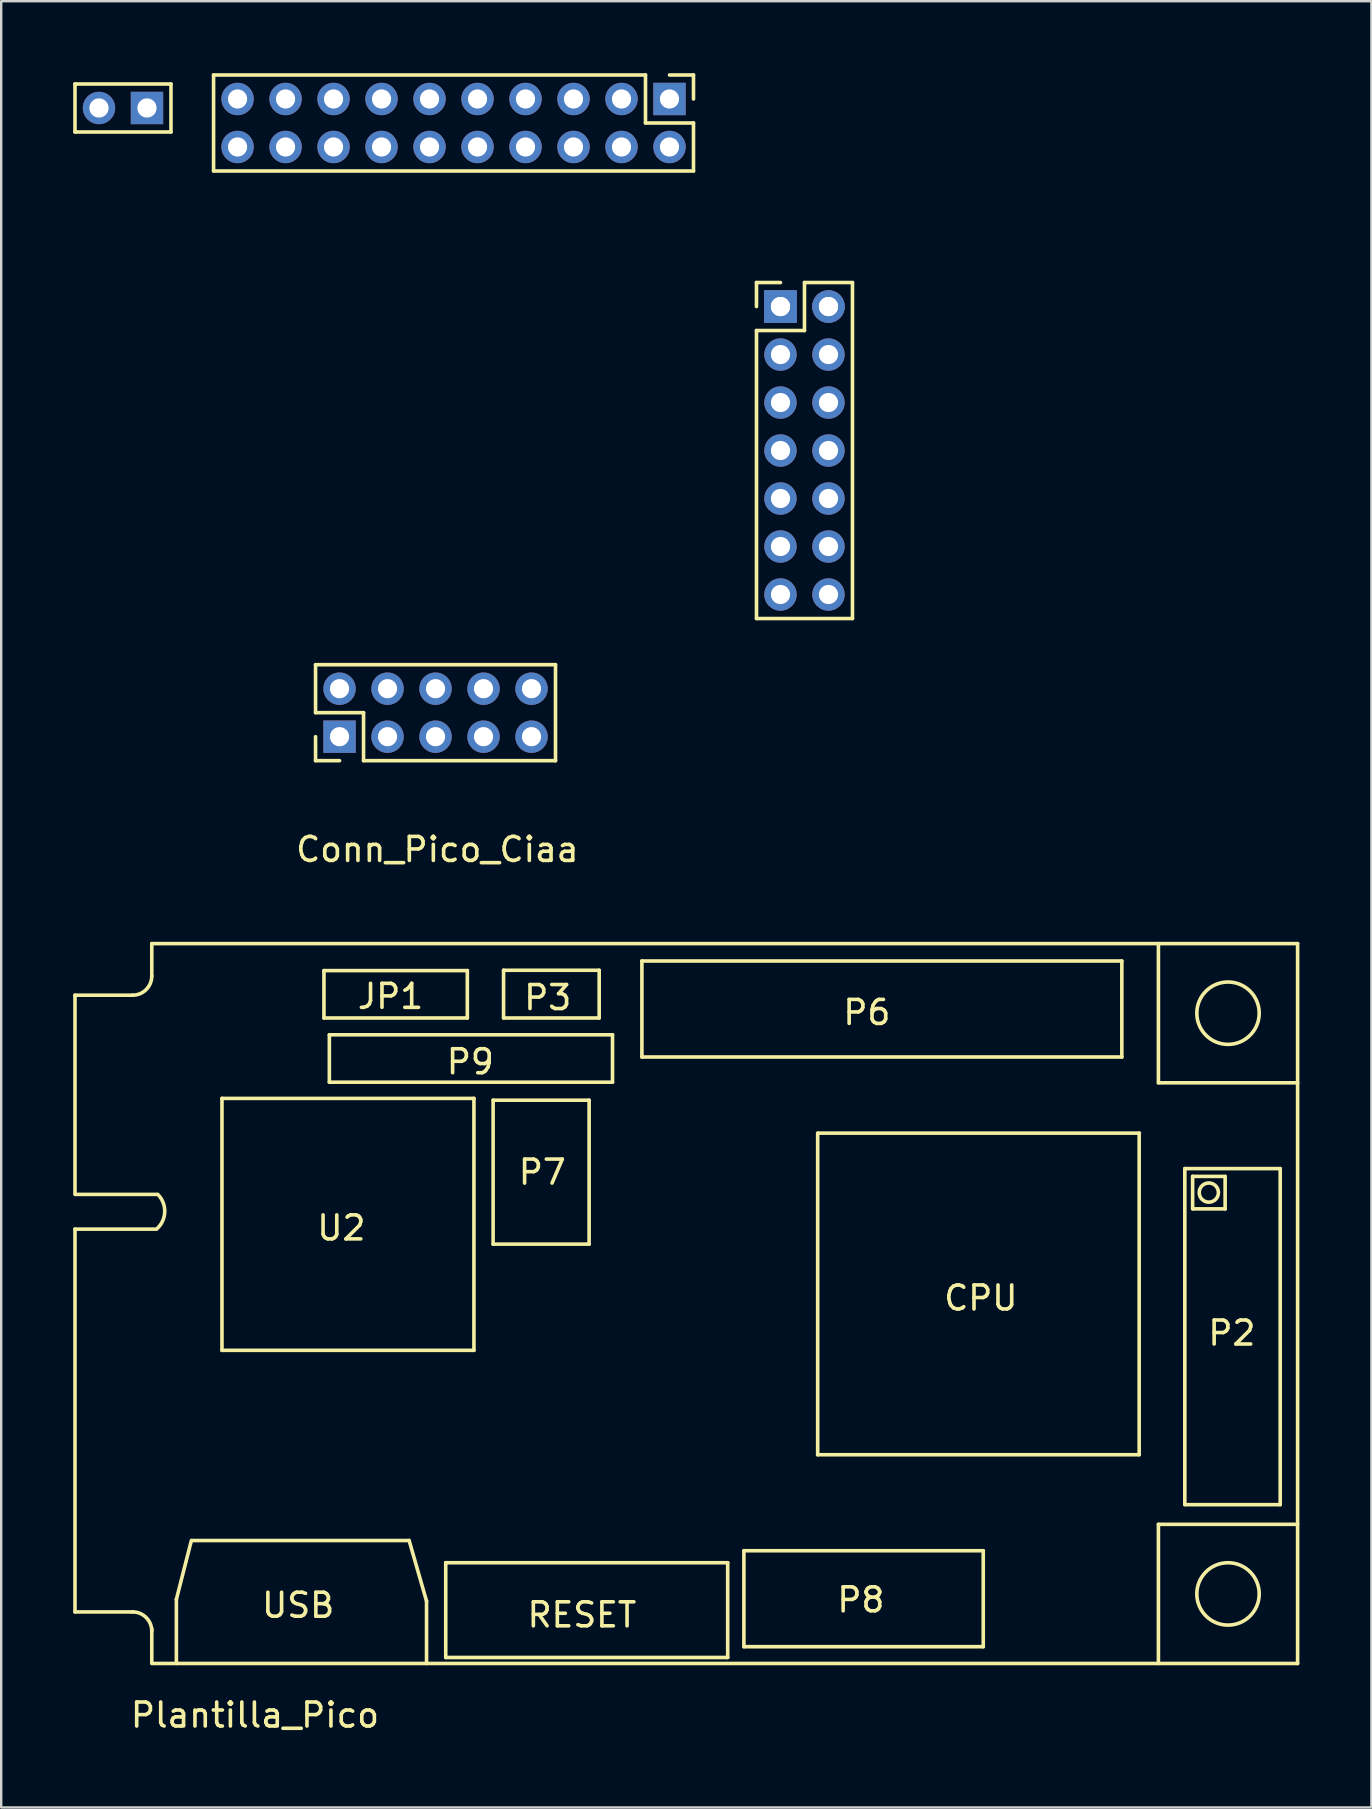
<source format=kicad_pcb>
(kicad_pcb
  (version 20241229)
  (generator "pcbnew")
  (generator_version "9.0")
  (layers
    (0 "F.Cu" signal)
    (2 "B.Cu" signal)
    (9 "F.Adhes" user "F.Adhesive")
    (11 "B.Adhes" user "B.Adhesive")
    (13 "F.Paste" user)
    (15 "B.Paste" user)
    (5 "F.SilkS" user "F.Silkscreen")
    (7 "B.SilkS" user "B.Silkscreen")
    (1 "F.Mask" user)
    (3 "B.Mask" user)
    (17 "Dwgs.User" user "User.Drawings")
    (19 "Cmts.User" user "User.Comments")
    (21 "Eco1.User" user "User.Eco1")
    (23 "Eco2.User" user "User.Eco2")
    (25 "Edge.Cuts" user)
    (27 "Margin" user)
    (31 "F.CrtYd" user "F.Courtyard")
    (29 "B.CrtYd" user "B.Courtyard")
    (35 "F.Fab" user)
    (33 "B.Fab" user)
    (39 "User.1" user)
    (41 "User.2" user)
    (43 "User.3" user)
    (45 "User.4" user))
  (footprint "Plantilla_Pico"
    (layer "F.Cu")
    (at 47.265 46.653)
    (property "Reference" "Plantilla_Pico" (at -39.69 21.77 0) (layer "F.SilkS") (effects (font (size 1 1) (thickness 0.15))))
    (attr through_hole)
    (fp_line (start -47.19 -8.23) (end -44.79 -8.23) (stroke (width 0.15) (type solid)) (layer "F.SilkS"))
    (fp_line (start -47.19 0.02) (end -47.19 -8.23) (stroke (width 0.15) (type solid)) (layer "F.SilkS"))
    (fp_line (start -47.19 0.07) (end -43.79 0.07) (stroke (width 0.15) (type solid)) (layer "F.SilkS"))
    (fp_line (start -47.19 1.52) (end -43.79 1.52) (stroke (width 0.15) (type solid)) (layer "F.SilkS"))
    (fp_line (start -47.19 17.47) (end -47.19 1.52) (stroke (width 0.15) (type solid)) (layer "F.SilkS"))
    (fp_line (start -47.19 17.47) (end -44.79 17.47) (stroke (width 0.15) (type solid)) (layer "F.SilkS"))
    (fp_line (start -43.99 -10.38) (end 3.76 -10.38) (stroke (width 0.15) (type solid)) (layer "F.SilkS"))
    (fp_line (start -43.99 -9.03) (end -43.99 -10.38) (stroke (width 0.15) (type solid)) (layer "F.SilkS"))
    (fp_line (start -43.99 19.57) (end -43.99 18.17) (stroke (width 0.15) (type solid)) (layer "F.SilkS"))
    (fp_line (start -42.965 19.62) (end -42.965 16.945) (stroke (width 0.15) (type solid)) (layer "F.SilkS"))
    (fp_line (start -42.34 14.495) (end -42.965 16.945) (stroke (width 0.15) (type solid)) (layer "F.SilkS"))
    (fp_line (start -42.315 14.495) (end -33.265 14.495) (stroke (width 0.15) (type solid)) (layer "F.SilkS"))
    (fp_line (start -41.065 -3.93) (end -41.065 6.57) (stroke (width 0.15) (type solid)) (layer "F.SilkS"))
    (fp_line (start -41.065 -3.93) (end -30.565 -3.93) (stroke (width 0.15) (type solid)) (layer "F.SilkS"))
    (fp_line (start -41.065 6.57) (end -30.565 6.57) (stroke (width 0.15) (type solid)) (layer "F.SilkS"))
    (fp_line (start -36.815 -9.255) (end -36.815 -7.28) (stroke (width 0.15) (type solid)) (layer "F.SilkS"))
    (fp_line (start -36.815 -9.255) (end -30.84 -9.255) (stroke (width 0.15) (type solid)) (layer "F.SilkS"))
    (fp_line (start -36.815 -7.28) (end -30.84 -7.28) (stroke (width 0.15) (type solid)) (layer "F.SilkS"))
    (fp_line (start -36.59 -6.58) (end -36.59 -4.605) (stroke (width 0.15) (type solid)) (layer "F.SilkS"))
    (fp_line (start -36.59 -6.58) (end -24.79 -6.58) (stroke (width 0.15) (type solid)) (layer "F.SilkS"))
    (fp_line (start -33.265 14.495) (end -32.54 17.02) (stroke (width 0.15) (type solid)) (layer "F.SilkS"))
    (fp_line (start -32.54 17.02) (end -32.54 19.62) (stroke (width 0.15) (type solid)) (layer "F.SilkS"))
    (fp_line (start -31.74 15.42) (end -31.74 19.37) (stroke (width 0.15) (type solid)) (layer "F.SilkS"))
    (fp_line (start -31.74 15.42) (end -19.99 15.42) (stroke (width 0.15) (type solid)) (layer "F.SilkS"))
    (fp_line (start -31.74 19.37) (end -19.99 19.37) (stroke (width 0.15) (type solid)) (layer "F.SilkS"))
    (fp_line (start -30.84 -9.255) (end -30.84 -7.28) (stroke (width 0.15) (type solid)) (layer "F.SilkS"))
    (fp_line (start -30.565 -3.93) (end -30.565 6.57) (stroke (width 0.15) (type solid)) (layer "F.SilkS"))
    (fp_line (start -29.765 -3.855) (end -25.765 -3.855) (stroke (width 0.15) (type solid)) (layer "F.SilkS"))
    (fp_line (start -29.765 2.145) (end -29.765 -3.855) (stroke (width 0.15) (type solid)) (layer "F.SilkS"))
    (fp_line (start -29.765 2.145) (end -25.765 2.145) (stroke (width 0.15) (type solid)) (layer "F.SilkS"))
    (fp_line (start -29.33 -9.27) (end -29.33 -7.28) (stroke (width 0.15) (type solid)) (layer "F.SilkS"))
    (fp_line (start -29.33 -9.27) (end -25.345 -9.27) (stroke (width 0.15) (type solid)) (layer "F.SilkS"))
    (fp_line (start -29.33 -7.28) (end -25.345 -7.28) (stroke (width 0.15) (type solid)) (layer "F.SilkS"))
    (fp_line (start -25.765 2.145) (end -25.765 -3.855) (stroke (width 0.15) (type solid)) (layer "F.SilkS"))
    (fp_line (start -25.345 -9.27) (end -25.345 -7.28) (stroke (width 0.15) (type solid)) (layer "F.SilkS"))
    (fp_line (start -24.79 -6.58) (end -24.79 -4.605) (stroke (width 0.15) (type solid)) (layer "F.SilkS"))
    (fp_line (start -24.79 -4.605) (end -36.59 -4.605) (stroke (width 0.15) (type solid)) (layer "F.SilkS"))
    (fp_line (start -23.569 -9.655) (end -3.565 -9.655) (stroke (width 0.15) (type solid)) (layer "F.SilkS"))
    (fp_line (start -23.565 -9.655) (end -23.565 -5.655) (stroke (width 0.15) (type solid)) (layer "F.SilkS"))
    (fp_line (start -19.99 15.42) (end -19.99 19.37) (stroke (width 0.15) (type solid)) (layer "F.SilkS"))
    (fp_line (start -19.315 14.92) (end -19.315 18.92) (stroke (width 0.15) (type solid)) (layer "F.SilkS"))
    (fp_line (start -19.315 14.92) (end -9.34 14.92) (stroke (width 0.15) (type solid)) (layer "F.SilkS"))
    (fp_line (start -16.24 -2.48) (end -16.24 10.92) (stroke (width 0.15) (type solid)) (layer "F.SilkS"))
    (fp_line (start -16.233 -2.482) (end -2.833 -2.482) (stroke (width 0.15) (type solid)) (layer "F.SilkS"))
    (fp_line (start -9.34 18.92) (end -19.315 18.92) (stroke (width 0.15) (type solid)) (layer "F.SilkS"))
    (fp_line (start -9.34 18.92) (end -9.34 14.92) (stroke (width 0.15) (type solid)) (layer "F.SilkS"))
    (fp_line (start -3.565 -5.655) (end -3.565 -9.655) (stroke (width 0.15) (type solid)) (layer "F.SilkS"))
    (fp_line (start -3.561 -5.655) (end -23.565 -5.655) (stroke (width 0.15) (type solid)) (layer "F.SilkS"))
    (fp_line (start -2.842 10.918) (end -2.842 -2.482) (stroke (width 0.15) (type solid)) (layer "F.SilkS"))
    (fp_line (start -2.84 10.92) (end -16.24 10.92) (stroke (width 0.15) (type solid)) (layer "F.SilkS"))
    (fp_line (start -2.04 -4.58) (end -2.04 -10.38) (stroke (width 0.15) (type solid)) (layer "F.SilkS"))
    (fp_line (start -2.04 -4.58) (end 3.76 -4.58) (stroke (width 0.15) (type solid)) (layer "F.SilkS"))
    (fp_line (start -2.04 13.82) (end -2.04 19.62) (stroke (width 0.15) (type solid)) (layer "F.SilkS"))
    (fp_line (start -2.04 13.82) (end 3.76 13.82) (stroke (width 0.15) (type solid)) (layer "F.SilkS"))
    (fp_line (start -0.94 -1.005) (end -0.94 12.995) (stroke (width 0.15) (type solid)) (layer "F.SilkS"))
    (fp_line (start -0.935 -1.005) (end 3.035 -1.005) (stroke (width 0.15) (type solid)) (layer "F.SilkS"))
    (fp_line (start -0.615 -0.68) (end -0.615 0.67) (stroke (width 0.15) (type solid)) (layer "F.SilkS"))
    (fp_line (start -0.615 -0.68) (end 0.735 -0.68) (stroke (width 0.15) (type solid)) (layer "F.SilkS"))
    (fp_line (start 0.74 0.675) (end -0.61 0.675) (stroke (width 0.15) (type solid)) (layer "F.SilkS"))
    (fp_line (start 0.74 0.675) (end 0.74 -0.675) (stroke (width 0.15) (type solid)) (layer "F.SilkS"))
    (fp_line (start 3.03 13) (end -0.94 13) (stroke (width 0.15) (type solid)) (layer "F.SilkS"))
    (fp_line (start 3.035 13) (end 3.035 -1) (stroke (width 0.15) (type solid)) (layer "F.SilkS"))
    (fp_line (start 3.76 19.62) (end -43.99 19.62) (stroke (width 0.15) (type solid)) (layer "F.SilkS"))
    (fp_line (start 3.76 19.62) (end 3.76 -10.38) (stroke (width 0.15) (type solid)) (layer "F.SilkS"))
    (fp_arc (start -44.79 17.47) (mid -44.224315 17.704315) (end -43.99 18.27) (stroke (width 0.15) (type solid)) (layer "F.SilkS"))
    (fp_arc (start -43.99 -9.03) (mid -44.224315 -8.464315) (end -44.79 -8.23) (stroke (width 0.15) (type solid)) (layer "F.SilkS"))
    (fp_arc (start -43.74 0.07) (mid -43.450051 0.77) (end -43.74 1.47) (stroke (width 0.15) (type solid)) (layer "F.SilkS"))
    (fp_circle (center 0.06 -0.005) (end 0.46 -0.005) (stroke (width 0.15) (type solid)) (fill no) (layer "F.SilkS"))
    (fp_circle (center 0.86 -7.48) (end 2.16 -7.48) (stroke (width 0.15) (type solid)) (fill no) (layer "F.SilkS"))
    (fp_circle (center 0.86 16.72) (end 2.16 16.72) (stroke (width 0.15) (type solid)) (fill no) (layer "F.SilkS"))
    (fp_text user "U2" (at -36.09 1.47 0) (layer "F.SilkS") (effects (font (size 1 1) (thickness 0.15))))
    (fp_text user "P8" (at -14.44 16.97 0) (layer "F.SilkS") (effects (font (size 1 1) (thickness 0.15))))
    (fp_text user "USB" (at -37.89 17.195 0) (layer "F.SilkS") (effects (font (size 1 1) (thickness 0.15))))
    (fp_text user "CPU" (at -9.44 4.39 0) (layer "F.SilkS") (effects (font (size 1 1) (thickness 0.15))))
    (fp_text user "P2" (at 1.02 5.85 0) (layer "F.SilkS") (effects (font (size 1 1) (thickness 0.15))))
    (fp_text user "P3" (at -27.49 -8.13 0) (layer "F.SilkS") (effects (font (size 1 1) (thickness 0.15))))
    (fp_text user "JP1" (at -34.04 -8.18 0) (layer "F.SilkS") (effects (font (size 1 1) (thickness 0.15))))
    (fp_text user "RESET" (at -26.065 17.595 0) (layer "F.SilkS") (effects (font (size 1 1) (thickness 0.15))))
    (fp_text user "P6" (at -14.19 -7.51 0) (layer "F.SilkS") (effects (font (size 1 1) (thickness 0.15))))
    (fp_text user "P9" (at -30.715 -5.455 0) (layer "F.SilkS") (effects (font (size 1 1) (thickness 0.15))))
    (fp_text user "P7" (at -27.715 -0.855 0) (layer "F.SilkS") (effects (font (size 1 1) (thickness 0.15)))))
  (footprint "Conn_Pico_Ciaa"
    (layer "F.Cu")
    (at 29.475 9.725)
    (property "Reference" "Conn_Pico_Ciaa" (at -14.3 22.625 0) (layer "F.SilkS") (effects (font (size 1 1) (thickness 0.15))))
    (attr through_hole)
    (fp_line (start -29.4 -9.275) (end -29.4 -7.275) (stroke (width 0.15) (type solid)) (layer "F.SilkS"))
    (fp_line (start -29.4 -7.275) (end -25.4 -7.275) (stroke (width 0.15) (type solid)) (layer "F.SilkS"))
    (fp_line (start -25.4 -9.275) (end -29.4 -9.275) (stroke (width 0.15) (type solid)) (layer "F.SilkS"))
    (fp_line (start -25.4 -7.275) (end -25.4 -9.275) (stroke (width 0.15) (type solid)) (layer "F.SilkS"))
    (fp_line (start -23.625 -9.65) (end -5.625 -9.65) (stroke (width 0.15) (type solid)) (layer "F.SilkS"))
    (fp_line (start -23.625 -5.65) (end -23.625 -9.65) (stroke (width 0.15) (type solid)) (layer "F.SilkS"))
    (fp_line (start -19.375 14.925) (end -19.375 16.925) (stroke (width 0.15) (type solid)) (layer "F.SilkS"))
    (fp_line (start -19.375 16.925) (end -17.375 16.925) (stroke (width 0.15) (type solid)) (layer "F.SilkS"))
    (fp_line (start -19.375 17.925) (end -19.375 18.925) (stroke (width 0.15) (type solid)) (layer "F.SilkS"))
    (fp_line (start -19.375 18.925) (end -18.375 18.925) (stroke (width 0.15) (type solid)) (layer "F.SilkS"))
    (fp_line (start -17.375 16.925) (end -17.375 18.925) (stroke (width 0.15) (type solid)) (layer "F.SilkS"))
    (fp_line (start -17.375 18.925) (end -9.375 18.925) (stroke (width 0.15) (type solid)) (layer "F.SilkS"))
    (fp_line (start -9.375 14.925) (end -19.375 14.925) (stroke (width 0.15) (type solid)) (layer "F.SilkS"))
    (fp_line (start -9.375 18.925) (end -9.375 14.925) (stroke (width 0.15) (type solid)) (layer "F.SilkS"))
    (fp_line (start -5.625 -9.65) (end -5.625 -7.65) (stroke (width 0.15) (type solid)) (layer "F.SilkS"))
    (fp_line (start -5.625 -7.65) (end -3.625 -7.65) (stroke (width 0.15) (type solid)) (layer "F.SilkS"))
    (fp_line (start -4.625 -9.65) (end -3.625 -9.65) (stroke (width 0.15) (type solid)) (layer "F.SilkS"))
    (fp_line (start -3.625 -9.65) (end -3.625 -8.65) (stroke (width 0.15) (type solid)) (layer "F.SilkS"))
    (fp_line (start -3.625 -7.65) (end -3.625 -5.65) (stroke (width 0.15) (type solid)) (layer "F.SilkS"))
    (fp_line (start -3.625 -5.65) (end -23.625 -5.65) (stroke (width 0.15) (type solid)) (layer "F.SilkS"))
    (fp_line (start -1 -1) (end 0 -1) (stroke (width 0.15) (type solid)) (layer "F.SilkS"))
    (fp_line (start -1 0) (end -1 -1) (stroke (width 0.15) (type solid)) (layer "F.SilkS"))
    (fp_line (start -1 1) (end -1 13) (stroke (width 0.15) (type solid)) (layer "F.SilkS"))
    (fp_line (start -1 13) (end 3 13) (stroke (width 0.15) (type solid)) (layer "F.SilkS"))
    (fp_line (start 1 -1) (end 3 -1) (stroke (width 0.15) (type solid)) (layer "F.SilkS"))
    (fp_line (start 1 1) (end -1 1) (stroke (width 0.15) (type solid)) (layer "F.SilkS"))
    (fp_line (start 1 1) (end 1 -1) (stroke (width 0.15) (type solid)) (layer "F.SilkS"))
    (fp_line (start 3 -1) (end 3 13) (stroke (width 0.15) (type solid)) (layer "F.SilkS"))
    (pad "1" thru_hole rect (at 0 0) (size 1.35 1.35) (drill 0.8) (layers "*.Cu" "*.Mask"))
    (pad "1" thru_hole rect (at 0 0) (size 1.35 1.35) (drill 0.8) (layers "*.Cu" "*.Mask"))
    (pad "2" thru_hole circle (at 2 0) (size 1.35 1.35) (drill 0.8) (layers "*.Cu" "*.Mask"))
    (pad "2" thru_hole circle (at 2 0) (size 1.35 1.35) (drill 0.8) (layers "*.Cu" "*.Mask"))
    (pad "3" thru_hole circle (at 0 2) (size 1.35 1.35) (drill 0.8) (layers "*.Cu" "*.Mask"))
    (pad "4" thru_hole circle (at 2 2) (size 1.35 1.35) (drill 0.8) (layers "*.Cu" "*.Mask"))
    (pad "5" thru_hole circle (at 0 4) (size 1.35 1.35) (drill 0.8) (layers "*.Cu" "*.Mask"))
    (pad "6" thru_hole circle (at 2 4) (size 1.35 1.35) (drill 0.8) (layers "*.Cu" "*.Mask"))
    (pad "7" thru_hole circle (at 0 6) (size 1.35 1.35) (drill 0.8) (layers "*.Cu" "*.Mask"))
    (pad "8" thru_hole circle (at 2 6) (size 1.35 1.35) (drill 0.8) (layers "*.Cu" "*.Mask"))
    (pad "9" thru_hole circle (at 0 8) (size 1.35 1.35) (drill 0.8) (layers "*.Cu" "*.Mask"))
    (pad "10" thru_hole circle (at 2 8) (size 1.35 1.35) (drill 0.8) (layers "*.Cu" "*.Mask"))
    (pad "11" thru_hole circle (at 0 10) (size 1.35 1.35) (drill 0.8) (layers "*.Cu" "*.Mask"))
    (pad "12" thru_hole circle (at 2 10) (size 1.35 1.35) (drill 0.8) (layers "*.Cu" "*.Mask"))
    (pad "13" thru_hole circle (at 0 12) (size 1.35 1.35) (drill 0.8) (layers "*.Cu" "*.Mask"))
    (pad "14" thru_hole circle (at 2 12) (size 1.35 1.35) (drill 0.8) (layers "*.Cu" "*.Mask"))
    (pad "15" thru_hole rect (at -26.4 -8.275) (size 1.35 1.35) (drill 0.8) (layers "*.Cu" "*.Mask"))
    (pad "16" thru_hole circle (at -28.4 -8.275) (size 1.35 1.35) (drill 0.8) (layers "*.Cu" "*.Mask"))
    (pad "17" thru_hole rect (at -4.625 -8.65) (size 1.35 1.35) (drill 0.8) (layers "*.Cu" "*.Mask"))
    (pad "18" thru_hole circle (at -4.625 -6.65) (size 1.35 1.35) (drill 0.8) (layers "*.Cu" "*.Mask"))
    (pad "19" thru_hole circle (at -6.625 -8.65) (size 1.35 1.35) (drill 0.8) (layers "*.Cu" "*.Mask"))
    (pad "20" thru_hole circle (at -6.625 -6.65) (size 1.35 1.35) (drill 0.8) (layers "*.Cu" "*.Mask"))
    (pad "21" thru_hole circle (at -8.625 -8.65) (size 1.35 1.35) (drill 0.8) (layers "*.Cu" "*.Mask"))
    (pad "22" thru_hole circle (at -8.625 -6.65) (size 1.35 1.35) (drill 0.8) (layers "*.Cu" "*.Mask"))
    (pad "23" thru_hole circle (at -10.625 -8.65) (size 1.35 1.35) (drill 0.8) (layers "*.Cu" "*.Mask"))
    (pad "24" thru_hole circle (at -10.625 -6.65) (size 1.35 1.35) (drill 0.8) (layers "*.Cu" "*.Mask"))
    (pad "25" thru_hole circle (at -12.625 -8.65) (size 1.35 1.35) (drill 0.8) (layers "*.Cu" "*.Mask"))
    (pad "26" thru_hole circle (at -12.625 -6.65) (size 1.35 1.35) (drill 0.8) (layers "*.Cu" "*.Mask"))
    (pad "27" thru_hole circle (at -14.625 -8.65) (size 1.35 1.35) (drill 0.8) (layers "*.Cu" "*.Mask"))
    (pad "28" thru_hole circle (at -14.625 -6.65) (size 1.35 1.35) (drill 0.8) (layers "*.Cu" "*.Mask"))
    (pad "29" thru_hole circle (at -16.625 -8.65) (size 1.35 1.35) (drill 0.8) (layers "*.Cu" "*.Mask"))
    (pad "30" thru_hole circle (at -16.625 -6.65) (size 1.35 1.35) (drill 0.8) (layers "*.Cu" "*.Mask"))
    (pad "31" thru_hole circle (at -18.625 -8.65) (size 1.35 1.35) (drill 0.8) (layers "*.Cu" "*.Mask"))
    (pad "32" thru_hole circle (at -18.625 -6.65) (size 1.35 1.35) (drill 0.8) (layers "*.Cu" "*.Mask"))
    (pad "33" thru_hole circle (at -20.625 -8.65) (size 1.35 1.35) (drill 0.8) (layers "*.Cu" "*.Mask"))
    (pad "34" thru_hole circle (at -20.625 -6.65) (size 1.35 1.35) (drill 0.8) (layers "*.Cu" "*.Mask"))
    (pad "35" thru_hole circle (at -22.625 -8.65) (size 1.35 1.35) (drill 0.8) (layers "*.Cu" "*.Mask"))
    (pad "36" thru_hole circle (at -22.625 -6.65) (size 1.35 1.35) (drill 0.8) (layers "*.Cu" "*.Mask"))
    (pad "37" thru_hole rect (at -18.375 17.925) (size 1.35 1.35) (drill 0.8) (layers "*.Cu" "*.Mask"))
    (pad "38" thru_hole circle (at -18.375 15.925) (size 1.35 1.35) (drill 0.8) (layers "*.Cu" "*.Mask"))
    (pad "39" thru_hole circle (at -16.375 17.925) (size 1.35 1.35) (drill 0.8) (layers "*.Cu" "*.Mask"))
    (pad "40" thru_hole circle (at -16.375 15.925) (size 1.35 1.35) (drill 0.8) (layers "*.Cu" "*.Mask"))
    (pad "41" thru_hole circle (at -14.375 17.925) (size 1.35 1.35) (drill 0.8) (layers "*.Cu" "*.Mask"))
    (pad "42" thru_hole circle (at -14.375 15.925) (size 1.35 1.35) (drill 0.8) (layers "*.Cu" "*.Mask"))
    (pad "43" thru_hole circle (at -12.375 17.925) (size 1.35 1.35) (drill 0.8) (layers "*.Cu" "*.Mask"))
    (pad "44" thru_hole circle (at -12.375 15.925) (size 1.35 1.35) (drill 0.8) (layers "*.Cu" "*.Mask"))
    (pad "45" thru_hole circle (at -10.375 17.925) (size 1.35 1.35) (drill 0.8) (layers "*.Cu" "*.Mask"))
    (pad "46" thru_hole circle (at -10.375 15.925) (size 1.35 1.35) (drill 0.8) (layers "*.Cu" "*.Mask")))
  (gr_rect
    (start -3 -3)
    (end 54.1 72.272)
    (stroke (width 0.1) (type default))
    (fill no)
    (layer "Edge.Cuts")))
</source>
